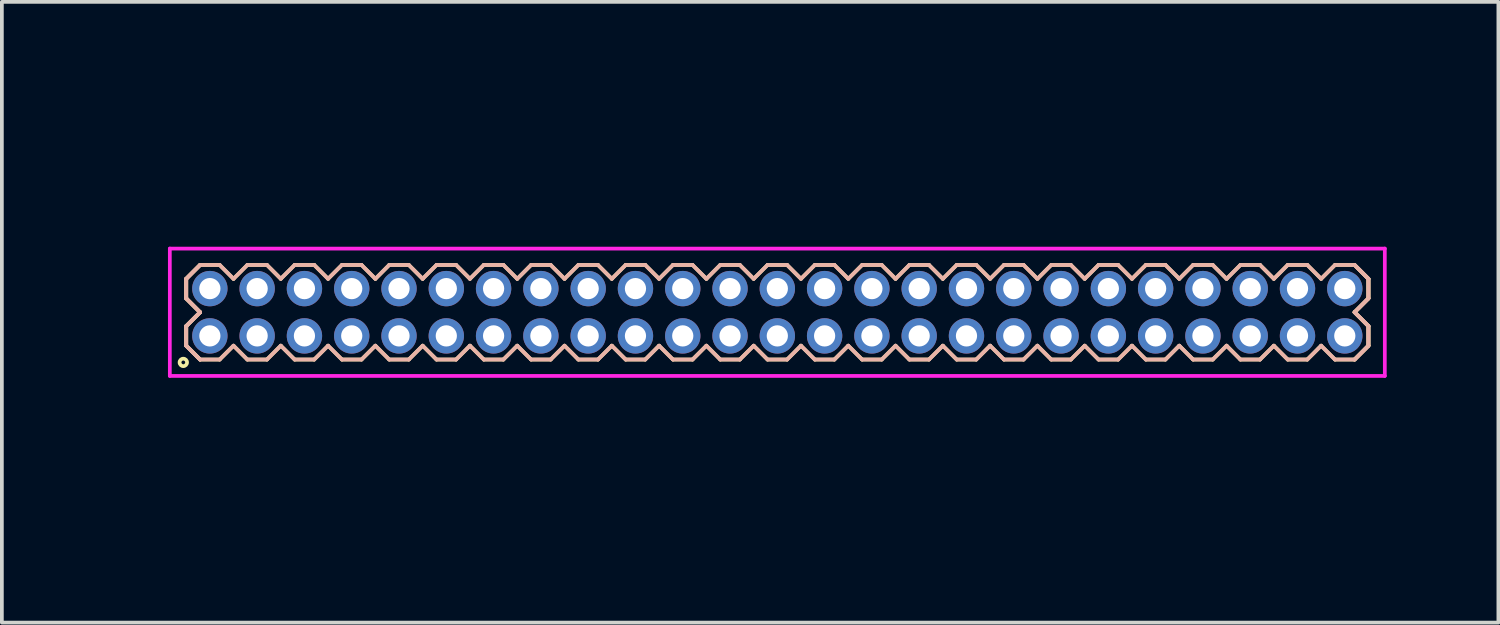
<source format=kicad_pcb>
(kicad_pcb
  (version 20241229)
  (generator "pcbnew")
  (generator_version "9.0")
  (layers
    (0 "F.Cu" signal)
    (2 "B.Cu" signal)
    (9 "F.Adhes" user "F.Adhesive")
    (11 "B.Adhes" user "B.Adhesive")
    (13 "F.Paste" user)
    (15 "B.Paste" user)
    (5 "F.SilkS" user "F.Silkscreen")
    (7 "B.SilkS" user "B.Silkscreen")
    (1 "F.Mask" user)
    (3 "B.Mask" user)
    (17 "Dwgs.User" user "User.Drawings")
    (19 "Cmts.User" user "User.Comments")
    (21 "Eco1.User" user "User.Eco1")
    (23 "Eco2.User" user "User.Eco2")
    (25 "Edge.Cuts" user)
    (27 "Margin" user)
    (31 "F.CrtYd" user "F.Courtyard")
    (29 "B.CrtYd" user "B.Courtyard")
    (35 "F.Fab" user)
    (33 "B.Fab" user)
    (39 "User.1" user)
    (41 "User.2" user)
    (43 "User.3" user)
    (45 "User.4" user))
  (footprint "HDR127P25x2"
    (layer "F.Cu")
    (at 17.826 5.336)
    (property "Reference" "HDR127P25x2" (at -17.065 0 90) (layer "User.1") (effects (font (size 1 1) (thickness 0.1))))
    (attr through_hole)
    (fp_line (start -15.875 -0.898) (end -15.503 -1.27) (stroke (width 0.1) (type solid)) (layer "F.SilkS"))
    (fp_line (start -15.875 -0.898) (end -15.503 -1.27) (stroke (width 0.1) (type solid)) (layer "F.SilkS"))
    (fp_line (start -15.875 -0.372) (end -15.875 -0.898) (stroke (width 0.1) (type solid)) (layer "F.SilkS"))
    (fp_line (start -15.875 -0.372) (end -15.875 -0.898) (stroke (width 0.1) (type solid)) (layer "F.SilkS"))
    (fp_line (start -15.875 0.372) (end -15.503 0) (stroke (width 0.1) (type solid)) (layer "F.SilkS"))
    (fp_line (start -15.875 0.372) (end -15.503 0) (stroke (width 0.1) (type solid)) (layer "F.SilkS"))
    (fp_line (start -15.875 0.898) (end -15.875 0.372) (stroke (width 0.1) (type solid)) (layer "F.SilkS"))
    (fp_line (start -15.875 0.898) (end -15.875 0.372) (stroke (width 0.1) (type solid)) (layer "F.SilkS"))
    (fp_line (start -15.503 -1.27) (end -14.977 -1.27) (stroke (width 0.1) (type solid)) (layer "F.SilkS"))
    (fp_line (start -15.503 0) (end -15.875 -0.372) (stroke (width 0.1) (type solid)) (layer "F.SilkS"))
    (fp_line (start -15.503 0) (end -15.875 -0.372) (stroke (width 0.1) (type solid)) (layer "F.SilkS"))
    (fp_line (start -15.503 1.27) (end -15.875 0.898) (stroke (width 0.1) (type solid)) (layer "F.SilkS"))
    (fp_line (start -15.503 1.27) (end -15.875 0.898) (stroke (width 0.1) (type solid)) (layer "F.SilkS"))
    (fp_line (start -14.977 -1.27) (end -14.605 -0.898) (stroke (width 0.1) (type solid)) (layer "F.SilkS"))
    (fp_line (start -14.977 1.27) (end -15.503 1.27) (stroke (width 0.1) (type solid)) (layer "F.SilkS"))
    (fp_line (start -14.605 -0.898) (end -14.233 -1.27) (stroke (width 0.1) (type solid)) (layer "F.SilkS"))
    (fp_line (start -14.605 0.898) (end -14.977 1.27) (stroke (width 0.1) (type solid)) (layer "F.SilkS"))
    (fp_line (start -14.233 -1.27) (end -13.707 -1.27) (stroke (width 0.1) (type solid)) (layer "F.SilkS"))
    (fp_line (start -14.233 1.27) (end -14.605 0.898) (stroke (width 0.1) (type solid)) (layer "F.SilkS"))
    (fp_line (start -13.707 -1.27) (end -13.335 -0.898) (stroke (width 0.1) (type solid)) (layer "F.SilkS"))
    (fp_line (start -13.707 1.27) (end -14.233 1.27) (stroke (width 0.1) (type solid)) (layer "F.SilkS"))
    (fp_line (start -13.335 -0.898) (end -12.963 -1.27) (stroke (width 0.1) (type solid)) (layer "F.SilkS"))
    (fp_line (start -13.335 0.898) (end -13.707 1.27) (stroke (width 0.1) (type solid)) (layer "F.SilkS"))
    (fp_line (start -12.963 -1.27) (end -12.437 -1.27) (stroke (width 0.1) (type solid)) (layer "F.SilkS"))
    (fp_line (start -12.963 1.27) (end -13.335 0.898) (stroke (width 0.1) (type solid)) (layer "F.SilkS"))
    (fp_line (start -12.437 -1.27) (end -12.065 -0.898) (stroke (width 0.1) (type solid)) (layer "F.SilkS"))
    (fp_line (start -12.437 1.27) (end -12.963 1.27) (stroke (width 0.1) (type solid)) (layer "F.SilkS"))
    (fp_line (start -12.065 -0.898) (end -11.693 -1.27) (stroke (width 0.1) (type solid)) (layer "F.SilkS"))
    (fp_line (start -12.065 0.898) (end -12.437 1.27) (stroke (width 0.1) (type solid)) (layer "F.SilkS"))
    (fp_line (start -11.693 -1.27) (end -11.167 -1.27) (stroke (width 0.1) (type solid)) (layer "F.SilkS"))
    (fp_line (start -11.693 1.27) (end -12.065 0.898) (stroke (width 0.1) (type solid)) (layer "F.SilkS"))
    (fp_line (start -11.167 -1.27) (end -10.795 -0.898) (stroke (width 0.1) (type solid)) (layer "F.SilkS"))
    (fp_line (start -11.167 1.27) (end -11.693 1.27) (stroke (width 0.1) (type solid)) (layer "F.SilkS"))
    (fp_line (start -10.795 -0.898) (end -10.423 -1.27) (stroke (width 0.1) (type solid)) (layer "F.SilkS"))
    (fp_line (start -10.795 0.898) (end -11.167 1.27) (stroke (width 0.1) (type solid)) (layer "F.SilkS"))
    (fp_line (start -10.423 -1.27) (end -9.897 -1.27) (stroke (width 0.1) (type solid)) (layer "F.SilkS"))
    (fp_line (start -10.423 1.27) (end -10.795 0.898) (stroke (width 0.1) (type solid)) (layer "F.SilkS"))
    (fp_line (start -9.897 -1.27) (end -9.525 -0.898) (stroke (width 0.1) (type solid)) (layer "F.SilkS"))
    (fp_line (start -9.897 1.27) (end -10.423 1.27) (stroke (width 0.1) (type solid)) (layer "F.SilkS"))
    (fp_line (start -9.525 -0.898) (end -9.153 -1.27) (stroke (width 0.1) (type solid)) (layer "F.SilkS"))
    (fp_line (start -9.525 0.898) (end -9.897 1.27) (stroke (width 0.1) (type solid)) (layer "F.SilkS"))
    (fp_line (start -9.153 -1.27) (end -8.627 -1.27) (stroke (width 0.1) (type solid)) (layer "F.SilkS"))
    (fp_line (start -9.153 1.27) (end -9.525 0.898) (stroke (width 0.1) (type solid)) (layer "F.SilkS"))
    (fp_line (start -8.627 -1.27) (end -8.255 -0.898) (stroke (width 0.1) (type solid)) (layer "F.SilkS"))
    (fp_line (start -8.627 1.27) (end -9.153 1.27) (stroke (width 0.1) (type solid)) (layer "F.SilkS"))
    (fp_line (start -8.255 -0.898) (end -7.883 -1.27) (stroke (width 0.1) (type solid)) (layer "F.SilkS"))
    (fp_line (start -8.255 0.898) (end -8.627 1.27) (stroke (width 0.1) (type solid)) (layer "F.SilkS"))
    (fp_line (start -7.883 -1.27) (end -7.357 -1.27) (stroke (width 0.1) (type solid)) (layer "F.SilkS"))
    (fp_line (start -7.883 1.27) (end -8.255 0.898) (stroke (width 0.1) (type solid)) (layer "F.SilkS"))
    (fp_line (start -7.357 -1.27) (end -6.985 -0.898) (stroke (width 0.1) (type solid)) (layer "F.SilkS"))
    (fp_line (start -7.357 1.27) (end -7.883 1.27) (stroke (width 0.1) (type solid)) (layer "F.SilkS"))
    (fp_line (start -6.985 -0.898) (end -6.613 -1.27) (stroke (width 0.1) (type solid)) (layer "F.SilkS"))
    (fp_line (start -6.985 0.898) (end -7.357 1.27) (stroke (width 0.1) (type solid)) (layer "F.SilkS"))
    (fp_line (start -6.613 -1.27) (end -6.087 -1.27) (stroke (width 0.1) (type solid)) (layer "F.SilkS"))
    (fp_line (start -6.613 1.27) (end -6.985 0.898) (stroke (width 0.1) (type solid)) (layer "F.SilkS"))
    (fp_line (start -6.087 -1.27) (end -5.715 -0.898) (stroke (width 0.1) (type solid)) (layer "F.SilkS"))
    (fp_line (start -6.087 1.27) (end -6.613 1.27) (stroke (width 0.1) (type solid)) (layer "F.SilkS"))
    (fp_line (start -5.715 -0.898) (end -5.343 -1.27) (stroke (width 0.1) (type solid)) (layer "F.SilkS"))
    (fp_line (start -5.715 0.898) (end -6.087 1.27) (stroke (width 0.1) (type solid)) (layer "F.SilkS"))
    (fp_line (start -5.343 -1.27) (end -4.817 -1.27) (stroke (width 0.1) (type solid)) (layer "F.SilkS"))
    (fp_line (start -5.343 1.27) (end -5.715 0.898) (stroke (width 0.1) (type solid)) (layer "F.SilkS"))
    (fp_line (start -4.817 -1.27) (end -4.445 -0.898) (stroke (width 0.1) (type solid)) (layer "F.SilkS"))
    (fp_line (start -4.817 1.27) (end -5.343 1.27) (stroke (width 0.1) (type solid)) (layer "F.SilkS"))
    (fp_line (start -4.445 -0.898) (end -4.073 -1.27) (stroke (width 0.1) (type solid)) (layer "F.SilkS"))
    (fp_line (start -4.445 0.898) (end -4.817 1.27) (stroke (width 0.1) (type solid)) (layer "F.SilkS"))
    (fp_line (start -4.073 -1.27) (end -3.547 -1.27) (stroke (width 0.1) (type solid)) (layer "F.SilkS"))
    (fp_line (start -4.073 1.27) (end -4.445 0.898) (stroke (width 0.1) (type solid)) (layer "F.SilkS"))
    (fp_line (start -3.547 -1.27) (end -3.175 -0.898) (stroke (width 0.1) (type solid)) (layer "F.SilkS"))
    (fp_line (start -3.547 1.27) (end -4.073 1.27) (stroke (width 0.1) (type solid)) (layer "F.SilkS"))
    (fp_line (start -3.175 -0.898) (end -2.803 -1.27) (stroke (width 0.1) (type solid)) (layer "F.SilkS"))
    (fp_line (start -3.175 0.898) (end -3.547 1.27) (stroke (width 0.1) (type solid)) (layer "F.SilkS"))
    (fp_line (start -2.803 -1.27) (end -2.277 -1.27) (stroke (width 0.1) (type solid)) (layer "F.SilkS"))
    (fp_line (start -2.803 1.27) (end -3.175 0.898) (stroke (width 0.1) (type solid)) (layer "F.SilkS"))
    (fp_line (start -2.277 -1.27) (end -1.905 -0.898) (stroke (width 0.1) (type solid)) (layer "F.SilkS"))
    (fp_line (start -2.277 1.27) (end -2.803 1.27) (stroke (width 0.1) (type solid)) (layer "F.SilkS"))
    (fp_line (start -1.905 -0.898) (end -1.533 -1.27) (stroke (width 0.1) (type solid)) (layer "F.SilkS"))
    (fp_line (start -1.905 0.898) (end -2.277 1.27) (stroke (width 0.1) (type solid)) (layer "F.SilkS"))
    (fp_line (start -1.533 -1.27) (end -1.007 -1.27) (stroke (width 0.1) (type solid)) (layer "F.SilkS"))
    (fp_line (start -1.533 1.27) (end -1.905 0.898) (stroke (width 0.1) (type solid)) (layer "F.SilkS"))
    (fp_line (start -1.007 -1.27) (end -0.635 -0.898) (stroke (width 0.1) (type solid)) (layer "F.SilkS"))
    (fp_line (start -1.007 1.27) (end -1.533 1.27) (stroke (width 0.1) (type solid)) (layer "F.SilkS"))
    (fp_line (start -0.635 -0.898) (end -0.263 -1.27) (stroke (width 0.1) (type solid)) (layer "F.SilkS"))
    (fp_line (start -0.635 0.898) (end -1.007 1.27) (stroke (width 0.1) (type solid)) (layer "F.SilkS"))
    (fp_line (start -0.263 -1.27) (end 0.263 -1.27) (stroke (width 0.1) (type solid)) (layer "F.SilkS"))
    (fp_line (start -0.263 1.27) (end -0.635 0.898) (stroke (width 0.1) (type solid)) (layer "F.SilkS"))
    (fp_line (start 0.263 -1.27) (end 0.635 -0.898) (stroke (width 0.1) (type solid)) (layer "F.SilkS"))
    (fp_line (start 0.263 1.27) (end -0.263 1.27) (stroke (width 0.1) (type solid)) (layer "F.SilkS"))
    (fp_line (start 0.635 -0.898) (end 1.007 -1.27) (stroke (width 0.1) (type solid)) (layer "F.SilkS"))
    (fp_line (start 0.635 0.898) (end 0.263 1.27) (stroke (width 0.1) (type solid)) (layer "F.SilkS"))
    (fp_line (start 1.007 -1.27) (end 1.533 -1.27) (stroke (width 0.1) (type solid)) (layer "F.SilkS"))
    (fp_line (start 1.007 1.27) (end 0.635 0.898) (stroke (width 0.1) (type solid)) (layer "F.SilkS"))
    (fp_line (start 1.533 -1.27) (end 1.905 -0.898) (stroke (width 0.1) (type solid)) (layer "F.SilkS"))
    (fp_line (start 1.533 1.27) (end 1.007 1.27) (stroke (width 0.1) (type solid)) (layer "F.SilkS"))
    (fp_line (start 1.905 -0.898) (end 2.277 -1.27) (stroke (width 0.1) (type solid)) (layer "F.SilkS"))
    (fp_line (start 1.905 0.898) (end 1.533 1.27) (stroke (width 0.1) (type solid)) (layer "F.SilkS"))
    (fp_line (start 2.277 -1.27) (end 2.803 -1.27) (stroke (width 0.1) (type solid)) (layer "F.SilkS"))
    (fp_line (start 2.277 1.27) (end 1.905 0.898) (stroke (width 0.1) (type solid)) (layer "F.SilkS"))
    (fp_line (start 2.803 -1.27) (end 3.175 -0.898) (stroke (width 0.1) (type solid)) (layer "F.SilkS"))
    (fp_line (start 2.803 1.27) (end 2.277 1.27) (stroke (width 0.1) (type solid)) (layer "F.SilkS"))
    (fp_line (start 3.175 -0.898) (end 3.547 -1.27) (stroke (width 0.1) (type solid)) (layer "F.SilkS"))
    (fp_line (start 3.175 0.898) (end 2.803 1.27) (stroke (width 0.1) (type solid)) (layer "F.SilkS"))
    (fp_line (start 3.547 -1.27) (end 4.073 -1.27) (stroke (width 0.1) (type solid)) (layer "F.SilkS"))
    (fp_line (start 3.547 1.27) (end 3.175 0.898) (stroke (width 0.1) (type solid)) (layer "F.SilkS"))
    (fp_line (start 4.073 -1.27) (end 4.445 -0.898) (stroke (width 0.1) (type solid)) (layer "F.SilkS"))
    (fp_line (start 4.073 1.27) (end 3.547 1.27) (stroke (width 0.1) (type solid)) (layer "F.SilkS"))
    (fp_line (start 4.445 -0.898) (end 4.817 -1.27) (stroke (width 0.1) (type solid)) (layer "F.SilkS"))
    (fp_line (start 4.445 0.898) (end 4.073 1.27) (stroke (width 0.1) (type solid)) (layer "F.SilkS"))
    (fp_line (start 4.817 -1.27) (end 5.343 -1.27) (stroke (width 0.1) (type solid)) (layer "F.SilkS"))
    (fp_line (start 4.817 1.27) (end 4.445 0.898) (stroke (width 0.1) (type solid)) (layer "F.SilkS"))
    (fp_line (start 5.343 -1.27) (end 5.715 -0.898) (stroke (width 0.1) (type solid)) (layer "F.SilkS"))
    (fp_line (start 5.343 1.27) (end 4.817 1.27) (stroke (width 0.1) (type solid)) (layer "F.SilkS"))
    (fp_line (start 5.715 -0.898) (end 6.087 -1.27) (stroke (width 0.1) (type solid)) (layer "F.SilkS"))
    (fp_line (start 5.715 0.898) (end 5.343 1.27) (stroke (width 0.1) (type solid)) (layer "F.SilkS"))
    (fp_line (start 6.087 -1.27) (end 6.613 -1.27) (stroke (width 0.1) (type solid)) (layer "F.SilkS"))
    (fp_line (start 6.087 1.27) (end 5.715 0.898) (stroke (width 0.1) (type solid)) (layer "F.SilkS"))
    (fp_line (start 6.613 -1.27) (end 6.985 -0.898) (stroke (width 0.1) (type solid)) (layer "F.SilkS"))
    (fp_line (start 6.613 1.27) (end 6.087 1.27) (stroke (width 0.1) (type solid)) (layer "F.SilkS"))
    (fp_line (start 6.985 -0.898) (end 7.357 -1.27) (stroke (width 0.1) (type solid)) (layer "F.SilkS"))
    (fp_line (start 6.985 0.898) (end 6.613 1.27) (stroke (width 0.1) (type solid)) (layer "F.SilkS"))
    (fp_line (start 7.357 -1.27) (end 7.883 -1.27) (stroke (width 0.1) (type solid)) (layer "F.SilkS"))
    (fp_line (start 7.357 1.27) (end 6.985 0.898) (stroke (width 0.1) (type solid)) (layer "F.SilkS"))
    (fp_line (start 7.883 -1.27) (end 8.255 -0.898) (stroke (width 0.1) (type solid)) (layer "F.SilkS"))
    (fp_line (start 7.883 1.27) (end 7.357 1.27) (stroke (width 0.1) (type solid)) (layer "F.SilkS"))
    (fp_line (start 8.255 -0.898) (end 8.627 -1.27) (stroke (width 0.1) (type solid)) (layer "F.SilkS"))
    (fp_line (start 8.255 0.898) (end 7.883 1.27) (stroke (width 0.1) (type solid)) (layer "F.SilkS"))
    (fp_line (start 8.627 -1.27) (end 9.153 -1.27) (stroke (width 0.1) (type solid)) (layer "F.SilkS"))
    (fp_line (start 8.627 1.27) (end 8.255 0.898) (stroke (width 0.1) (type solid)) (layer "F.SilkS"))
    (fp_line (start 9.153 -1.27) (end 9.525 -0.898) (stroke (width 0.1) (type solid)) (layer "F.SilkS"))
    (fp_line (start 9.153 1.27) (end 8.627 1.27) (stroke (width 0.1) (type solid)) (layer "F.SilkS"))
    (fp_line (start 9.525 -0.898) (end 9.897 -1.27) (stroke (width 0.1) (type solid)) (layer "F.SilkS"))
    (fp_line (start 9.525 0.898) (end 9.153 1.27) (stroke (width 0.1) (type solid)) (layer "F.SilkS"))
    (fp_line (start 9.897 -1.27) (end 10.423 -1.27) (stroke (width 0.1) (type solid)) (layer "F.SilkS"))
    (fp_line (start 9.897 1.27) (end 9.525 0.898) (stroke (width 0.1) (type solid)) (layer "F.SilkS"))
    (fp_line (start 10.423 -1.27) (end 10.795 -0.898) (stroke (width 0.1) (type solid)) (layer "F.SilkS"))
    (fp_line (start 10.423 1.27) (end 9.897 1.27) (stroke (width 0.1) (type solid)) (layer "F.SilkS"))
    (fp_line (start 10.795 -0.898) (end 11.167 -1.27) (stroke (width 0.1) (type solid)) (layer "F.SilkS"))
    (fp_line (start 10.795 0.898) (end 10.423 1.27) (stroke (width 0.1) (type solid)) (layer "F.SilkS"))
    (fp_line (start 11.167 -1.27) (end 11.693 -1.27) (stroke (width 0.1) (type solid)) (layer "F.SilkS"))
    (fp_line (start 11.167 1.27) (end 10.795 0.898) (stroke (width 0.1) (type solid)) (layer "F.SilkS"))
    (fp_line (start 11.693 -1.27) (end 12.065 -0.898) (stroke (width 0.1) (type solid)) (layer "F.SilkS"))
    (fp_line (start 11.693 1.27) (end 11.167 1.27) (stroke (width 0.1) (type solid)) (layer "F.SilkS"))
    (fp_line (start 12.065 -0.898) (end 12.437 -1.27) (stroke (width 0.1) (type solid)) (layer "F.SilkS"))
    (fp_line (start 12.065 0.898) (end 11.693 1.27) (stroke (width 0.1) (type solid)) (layer "F.SilkS"))
    (fp_line (start 12.437 -1.27) (end 12.963 -1.27) (stroke (width 0.1) (type solid)) (layer "F.SilkS"))
    (fp_line (start 12.437 1.27) (end 12.065 0.898) (stroke (width 0.1) (type solid)) (layer "F.SilkS"))
    (fp_line (start 12.963 -1.27) (end 13.335 -0.898) (stroke (width 0.1) (type solid)) (layer "F.SilkS"))
    (fp_line (start 12.963 1.27) (end 12.437 1.27) (stroke (width 0.1) (type solid)) (layer "F.SilkS"))
    (fp_line (start 13.335 -0.898) (end 13.707 -1.27) (stroke (width 0.1) (type solid)) (layer "F.SilkS"))
    (fp_line (start 13.335 0.898) (end 12.963 1.27) (stroke (width 0.1) (type solid)) (layer "F.SilkS"))
    (fp_line (start 13.707 -1.27) (end 14.233 -1.27) (stroke (width 0.1) (type solid)) (layer "F.SilkS"))
    (fp_line (start 13.707 1.27) (end 13.335 0.898) (stroke (width 0.1) (type solid)) (layer "F.SilkS"))
    (fp_line (start 14.233 -1.27) (end 14.605 -0.898) (stroke (width 0.1) (type solid)) (layer "F.SilkS"))
    (fp_line (start 14.233 1.27) (end 13.707 1.27) (stroke (width 0.1) (type solid)) (layer "F.SilkS"))
    (fp_line (start 14.605 -0.898) (end 14.977 -1.27) (stroke (width 0.1) (type solid)) (layer "F.SilkS"))
    (fp_line (start 14.605 0.898) (end 14.233 1.27) (stroke (width 0.1) (type solid)) (layer "F.SilkS"))
    (fp_line (start 14.977 -1.27) (end 15.503 -1.27) (stroke (width 0.1) (type solid)) (layer "F.SilkS"))
    (fp_line (start 14.977 1.27) (end 14.605 0.898) (stroke (width 0.1) (type solid)) (layer "F.SilkS"))
    (fp_line (start 15.503 -1.27) (end 15.875 -0.898) (stroke (width 0.1) (type solid)) (layer "F.SilkS"))
    (fp_line (start 15.503 -1.27) (end 15.875 -0.898) (stroke (width 0.1) (type solid)) (layer "F.SilkS"))
    (fp_line (start 15.503 0) (end 15.875 0.372) (stroke (width 0.1) (type solid)) (layer "F.SilkS"))
    (fp_line (start 15.503 0) (end 15.875 0.372) (stroke (width 0.1) (type solid)) (layer "F.SilkS"))
    (fp_line (start 15.503 1.27) (end 14.977 1.27) (stroke (width 0.1) (type solid)) (layer "F.SilkS"))
    (fp_line (start 15.875 -0.898) (end 15.875 -0.372) (stroke (width 0.1) (type solid)) (layer "F.SilkS"))
    (fp_line (start 15.875 -0.898) (end 15.875 -0.372) (stroke (width 0.1) (type solid)) (layer "F.SilkS"))
    (fp_line (start 15.875 -0.372) (end 15.503 0) (stroke (width 0.1) (type solid)) (layer "F.SilkS"))
    (fp_line (start 15.875 -0.372) (end 15.503 0) (stroke (width 0.1) (type solid)) (layer "F.SilkS"))
    (fp_line (start 15.875 0.372) (end 15.875 0.898) (stroke (width 0.1) (type solid)) (layer "F.SilkS"))
    (fp_line (start 15.875 0.372) (end 15.875 0.898) (stroke (width 0.1) (type solid)) (layer "F.SilkS"))
    (fp_line (start 15.875 0.898) (end 15.503 1.27) (stroke (width 0.1) (type solid)) (layer "F.SilkS"))
    (fp_line (start 15.875 0.898) (end 15.503 1.27) (stroke (width 0.1) (type solid)) (layer "F.SilkS"))
    (fp_circle (center -15.953 1.347) (end -15.853 1.347) (stroke (width 0.1) (type solid)) (fill no) (layer "F.SilkS"))
    (fp_line (start -15.875 -0.898) (end -15.503 -1.27) (stroke (width 0.1) (type solid)) (layer "B.SilkS"))
    (fp_line (start -15.875 -0.898) (end -15.503 -1.27) (stroke (width 0.1) (type solid)) (layer "B.SilkS"))
    (fp_line (start -15.875 -0.372) (end -15.875 -0.898) (stroke (width 0.1) (type solid)) (layer "B.SilkS"))
    (fp_line (start -15.875 -0.372) (end -15.875 -0.898) (stroke (width 0.1) (type solid)) (layer "B.SilkS"))
    (fp_line (start -15.875 0.372) (end -15.503 0) (stroke (width 0.1) (type solid)) (layer "B.SilkS"))
    (fp_line (start -15.875 0.372) (end -15.503 0) (stroke (width 0.1) (type solid)) (layer "B.SilkS"))
    (fp_line (start -15.875 0.898) (end -15.875 0.372) (stroke (width 0.1) (type solid)) (layer "B.SilkS"))
    (fp_line (start -15.875 0.898) (end -15.875 0.372) (stroke (width 0.1) (type solid)) (layer "B.SilkS"))
    (fp_line (start -15.503 -1.27) (end -14.977 -1.27) (stroke (width 0.1) (type solid)) (layer "B.SilkS"))
    (fp_line (start -15.503 0) (end -15.875 -0.372) (stroke (width 0.1) (type solid)) (layer "B.SilkS"))
    (fp_line (start -15.503 0) (end -15.875 -0.372) (stroke (width 0.1) (type solid)) (layer "B.SilkS"))
    (fp_line (start -15.503 1.27) (end -15.875 0.898) (stroke (width 0.1) (type solid)) (layer "B.SilkS"))
    (fp_line (start -15.503 1.27) (end -15.875 0.898) (stroke (width 0.1) (type solid)) (layer "B.SilkS"))
    (fp_line (start -14.977 -1.27) (end -14.605 -0.898) (stroke (width 0.1) (type solid)) (layer "B.SilkS"))
    (fp_line (start -14.977 1.27) (end -15.503 1.27) (stroke (width 0.1) (type solid)) (layer "B.SilkS"))
    (fp_line (start -14.605 -0.898) (end -14.233 -1.27) (stroke (width 0.1) (type solid)) (layer "B.SilkS"))
    (fp_line (start -14.605 0.898) (end -14.977 1.27) (stroke (width 0.1) (type solid)) (layer "B.SilkS"))
    (fp_line (start -14.233 -1.27) (end -13.707 -1.27) (stroke (width 0.1) (type solid)) (layer "B.SilkS"))
    (fp_line (start -14.233 1.27) (end -14.605 0.898) (stroke (width 0.1) (type solid)) (layer "B.SilkS"))
    (fp_line (start -13.707 -1.27) (end -13.335 -0.898) (stroke (width 0.1) (type solid)) (layer "B.SilkS"))
    (fp_line (start -13.707 1.27) (end -14.233 1.27) (stroke (width 0.1) (type solid)) (layer "B.SilkS"))
    (fp_line (start -13.335 -0.898) (end -12.963 -1.27) (stroke (width 0.1) (type solid)) (layer "B.SilkS"))
    (fp_line (start -13.335 0.898) (end -13.707 1.27) (stroke (width 0.1) (type solid)) (layer "B.SilkS"))
    (fp_line (start -12.963 -1.27) (end -12.437 -1.27) (stroke (width 0.1) (type solid)) (layer "B.SilkS"))
    (fp_line (start -12.963 1.27) (end -13.335 0.898) (stroke (width 0.1) (type solid)) (layer "B.SilkS"))
    (fp_line (start -12.437 -1.27) (end -12.065 -0.898) (stroke (width 0.1) (type solid)) (layer "B.SilkS"))
    (fp_line (start -12.437 1.27) (end -12.963 1.27) (stroke (width 0.1) (type solid)) (layer "B.SilkS"))
    (fp_line (start -12.065 -0.898) (end -11.693 -1.27) (stroke (width 0.1) (type solid)) (layer "B.SilkS"))
    (fp_line (start -12.065 0.898) (end -12.437 1.27) (stroke (width 0.1) (type solid)) (layer "B.SilkS"))
    (fp_line (start -11.693 -1.27) (end -11.167 -1.27) (stroke (width 0.1) (type solid)) (layer "B.SilkS"))
    (fp_line (start -11.693 1.27) (end -12.065 0.898) (stroke (width 0.1) (type solid)) (layer "B.SilkS"))
    (fp_line (start -11.167 -1.27) (end -10.795 -0.898) (stroke (width 0.1) (type solid)) (layer "B.SilkS"))
    (fp_line (start -11.167 1.27) (end -11.693 1.27) (stroke (width 0.1) (type solid)) (layer "B.SilkS"))
    (fp_line (start -10.795 -0.898) (end -10.423 -1.27) (stroke (width 0.1) (type solid)) (layer "B.SilkS"))
    (fp_line (start -10.795 0.898) (end -11.167 1.27) (stroke (width 0.1) (type solid)) (layer "B.SilkS"))
    (fp_line (start -10.423 -1.27) (end -9.897 -1.27) (stroke (width 0.1) (type solid)) (layer "B.SilkS"))
    (fp_line (start -10.423 1.27) (end -10.795 0.898) (stroke (width 0.1) (type solid)) (layer "B.SilkS"))
    (fp_line (start -9.897 -1.27) (end -9.525 -0.898) (stroke (width 0.1) (type solid)) (layer "B.SilkS"))
    (fp_line (start -9.897 1.27) (end -10.423 1.27) (stroke (width 0.1) (type solid)) (layer "B.SilkS"))
    (fp_line (start -9.525 -0.898) (end -9.153 -1.27) (stroke (width 0.1) (type solid)) (layer "B.SilkS"))
    (fp_line (start -9.525 0.898) (end -9.897 1.27) (stroke (width 0.1) (type solid)) (layer "B.SilkS"))
    (fp_line (start -9.153 -1.27) (end -8.627 -1.27) (stroke (width 0.1) (type solid)) (layer "B.SilkS"))
    (fp_line (start -9.153 1.27) (end -9.525 0.898) (stroke (width 0.1) (type solid)) (layer "B.SilkS"))
    (fp_line (start -8.627 -1.27) (end -8.255 -0.898) (stroke (width 0.1) (type solid)) (layer "B.SilkS"))
    (fp_line (start -8.627 1.27) (end -9.153 1.27) (stroke (width 0.1) (type solid)) (layer "B.SilkS"))
    (fp_line (start -8.255 -0.898) (end -7.883 -1.27) (stroke (width 0.1) (type solid)) (layer "B.SilkS"))
    (fp_line (start -8.255 0.898) (end -8.627 1.27) (stroke (width 0.1) (type solid)) (layer "B.SilkS"))
    (fp_line (start -7.883 -1.27) (end -7.357 -1.27) (stroke (width 0.1) (type solid)) (layer "B.SilkS"))
    (fp_line (start -7.883 1.27) (end -8.255 0.898) (stroke (width 0.1) (type solid)) (layer "B.SilkS"))
    (fp_line (start -7.357 -1.27) (end -6.985 -0.898) (stroke (width 0.1) (type solid)) (layer "B.SilkS"))
    (fp_line (start -7.357 1.27) (end -7.883 1.27) (stroke (width 0.1) (type solid)) (layer "B.SilkS"))
    (fp_line (start -6.985 -0.898) (end -6.613 -1.27) (stroke (width 0.1) (type solid)) (layer "B.SilkS"))
    (fp_line (start -6.985 0.898) (end -7.357 1.27) (stroke (width 0.1) (type solid)) (layer "B.SilkS"))
    (fp_line (start -6.613 -1.27) (end -6.087 -1.27) (stroke (width 0.1) (type solid)) (layer "B.SilkS"))
    (fp_line (start -6.613 1.27) (end -6.985 0.898) (stroke (width 0.1) (type solid)) (layer "B.SilkS"))
    (fp_line (start -6.087 -1.27) (end -5.715 -0.898) (stroke (width 0.1) (type solid)) (layer "B.SilkS"))
    (fp_line (start -6.087 1.27) (end -6.613 1.27) (stroke (width 0.1) (type solid)) (layer "B.SilkS"))
    (fp_line (start -5.715 -0.898) (end -5.343 -1.27) (stroke (width 0.1) (type solid)) (layer "B.SilkS"))
    (fp_line (start -5.715 0.898) (end -6.087 1.27) (stroke (width 0.1) (type solid)) (layer "B.SilkS"))
    (fp_line (start -5.343 -1.27) (end -4.817 -1.27) (stroke (width 0.1) (type solid)) (layer "B.SilkS"))
    (fp_line (start -5.343 1.27) (end -5.715 0.898) (stroke (width 0.1) (type solid)) (layer "B.SilkS"))
    (fp_line (start -4.817 -1.27) (end -4.445 -0.898) (stroke (width 0.1) (type solid)) (layer "B.SilkS"))
    (fp_line (start -4.817 1.27) (end -5.343 1.27) (stroke (width 0.1) (type solid)) (layer "B.SilkS"))
    (fp_line (start -4.445 -0.898) (end -4.073 -1.27) (stroke (width 0.1) (type solid)) (layer "B.SilkS"))
    (fp_line (start -4.445 0.898) (end -4.817 1.27) (stroke (width 0.1) (type solid)) (layer "B.SilkS"))
    (fp_line (start -4.073 -1.27) (end -3.547 -1.27) (stroke (width 0.1) (type solid)) (layer "B.SilkS"))
    (fp_line (start -4.073 1.27) (end -4.445 0.898) (stroke (width 0.1) (type solid)) (layer "B.SilkS"))
    (fp_line (start -3.547 -1.27) (end -3.175 -0.898) (stroke (width 0.1) (type solid)) (layer "B.SilkS"))
    (fp_line (start -3.547 1.27) (end -4.073 1.27) (stroke (width 0.1) (type solid)) (layer "B.SilkS"))
    (fp_line (start -3.175 -0.898) (end -2.803 -1.27) (stroke (width 0.1) (type solid)) (layer "B.SilkS"))
    (fp_line (start -3.175 0.898) (end -3.547 1.27) (stroke (width 0.1) (type solid)) (layer "B.SilkS"))
    (fp_line (start -2.803 -1.27) (end -2.277 -1.27) (stroke (width 0.1) (type solid)) (layer "B.SilkS"))
    (fp_line (start -2.803 1.27) (end -3.175 0.898) (stroke (width 0.1) (type solid)) (layer "B.SilkS"))
    (fp_line (start -2.277 -1.27) (end -1.905 -0.898) (stroke (width 0.1) (type solid)) (layer "B.SilkS"))
    (fp_line (start -2.277 1.27) (end -2.803 1.27) (stroke (width 0.1) (type solid)) (layer "B.SilkS"))
    (fp_line (start -1.905 -0.898) (end -1.533 -1.27) (stroke (width 0.1) (type solid)) (layer "B.SilkS"))
    (fp_line (start -1.905 0.898) (end -2.277 1.27) (stroke (width 0.1) (type solid)) (layer "B.SilkS"))
    (fp_line (start -1.533 -1.27) (end -1.007 -1.27) (stroke (width 0.1) (type solid)) (layer "B.SilkS"))
    (fp_line (start -1.533 1.27) (end -1.905 0.898) (stroke (width 0.1) (type solid)) (layer "B.SilkS"))
    (fp_line (start -1.007 -1.27) (end -0.635 -0.898) (stroke (width 0.1) (type solid)) (layer "B.SilkS"))
    (fp_line (start -1.007 1.27) (end -1.533 1.27) (stroke (width 0.1) (type solid)) (layer "B.SilkS"))
    (fp_line (start -0.635 -0.898) (end -0.263 -1.27) (stroke (width 0.1) (type solid)) (layer "B.SilkS"))
    (fp_line (start -0.635 0.898) (end -1.007 1.27) (stroke (width 0.1) (type solid)) (layer "B.SilkS"))
    (fp_line (start -0.263 -1.27) (end 0.263 -1.27) (stroke (width 0.1) (type solid)) (layer "B.SilkS"))
    (fp_line (start -0.263 1.27) (end -0.635 0.898) (stroke (width 0.1) (type solid)) (layer "B.SilkS"))
    (fp_line (start 0.263 -1.27) (end 0.635 -0.898) (stroke (width 0.1) (type solid)) (layer "B.SilkS"))
    (fp_line (start 0.263 1.27) (end -0.263 1.27) (stroke (width 0.1) (type solid)) (layer "B.SilkS"))
    (fp_line (start 0.635 -0.898) (end 1.007 -1.27) (stroke (width 0.1) (type solid)) (layer "B.SilkS"))
    (fp_line (start 0.635 0.898) (end 0.263 1.27) (stroke (width 0.1) (type solid)) (layer "B.SilkS"))
    (fp_line (start 1.007 -1.27) (end 1.533 -1.27) (stroke (width 0.1) (type solid)) (layer "B.SilkS"))
    (fp_line (start 1.007 1.27) (end 0.635 0.898) (stroke (width 0.1) (type solid)) (layer "B.SilkS"))
    (fp_line (start 1.533 -1.27) (end 1.905 -0.898) (stroke (width 0.1) (type solid)) (layer "B.SilkS"))
    (fp_line (start 1.533 1.27) (end 1.007 1.27) (stroke (width 0.1) (type solid)) (layer "B.SilkS"))
    (fp_line (start 1.905 -0.898) (end 2.277 -1.27) (stroke (width 0.1) (type solid)) (layer "B.SilkS"))
    (fp_line (start 1.905 0.898) (end 1.533 1.27) (stroke (width 0.1) (type solid)) (layer "B.SilkS"))
    (fp_line (start 2.277 -1.27) (end 2.803 -1.27) (stroke (width 0.1) (type solid)) (layer "B.SilkS"))
    (fp_line (start 2.277 1.27) (end 1.905 0.898) (stroke (width 0.1) (type solid)) (layer "B.SilkS"))
    (fp_line (start 2.803 -1.27) (end 3.175 -0.898) (stroke (width 0.1) (type solid)) (layer "B.SilkS"))
    (fp_line (start 2.803 1.27) (end 2.277 1.27) (stroke (width 0.1) (type solid)) (layer "B.SilkS"))
    (fp_line (start 3.175 -0.898) (end 3.547 -1.27) (stroke (width 0.1) (type solid)) (layer "B.SilkS"))
    (fp_line (start 3.175 0.898) (end 2.803 1.27) (stroke (width 0.1) (type solid)) (layer "B.SilkS"))
    (fp_line (start 3.547 -1.27) (end 4.073 -1.27) (stroke (width 0.1) (type solid)) (layer "B.SilkS"))
    (fp_line (start 3.547 1.27) (end 3.175 0.898) (stroke (width 0.1) (type solid)) (layer "B.SilkS"))
    (fp_line (start 4.073 -1.27) (end 4.445 -0.898) (stroke (width 0.1) (type solid)) (layer "B.SilkS"))
    (fp_line (start 4.073 1.27) (end 3.547 1.27) (stroke (width 0.1) (type solid)) (layer "B.SilkS"))
    (fp_line (start 4.445 -0.898) (end 4.817 -1.27) (stroke (width 0.1) (type solid)) (layer "B.SilkS"))
    (fp_line (start 4.445 0.898) (end 4.073 1.27) (stroke (width 0.1) (type solid)) (layer "B.SilkS"))
    (fp_line (start 4.817 -1.27) (end 5.343 -1.27) (stroke (width 0.1) (type solid)) (layer "B.SilkS"))
    (fp_line (start 4.817 1.27) (end 4.445 0.898) (stroke (width 0.1) (type solid)) (layer "B.SilkS"))
    (fp_line (start 5.343 -1.27) (end 5.715 -0.898) (stroke (width 0.1) (type solid)) (layer "B.SilkS"))
    (fp_line (start 5.343 1.27) (end 4.817 1.27) (stroke (width 0.1) (type solid)) (layer "B.SilkS"))
    (fp_line (start 5.715 -0.898) (end 6.087 -1.27) (stroke (width 0.1) (type solid)) (layer "B.SilkS"))
    (fp_line (start 5.715 0.898) (end 5.343 1.27) (stroke (width 0.1) (type solid)) (layer "B.SilkS"))
    (fp_line (start 6.087 -1.27) (end 6.613 -1.27) (stroke (width 0.1) (type solid)) (layer "B.SilkS"))
    (fp_line (start 6.087 1.27) (end 5.715 0.898) (stroke (width 0.1) (type solid)) (layer "B.SilkS"))
    (fp_line (start 6.613 -1.27) (end 6.985 -0.898) (stroke (width 0.1) (type solid)) (layer "B.SilkS"))
    (fp_line (start 6.613 1.27) (end 6.087 1.27) (stroke (width 0.1) (type solid)) (layer "B.SilkS"))
    (fp_line (start 6.985 -0.898) (end 7.357 -1.27) (stroke (width 0.1) (type solid)) (layer "B.SilkS"))
    (fp_line (start 6.985 0.898) (end 6.613 1.27) (stroke (width 0.1) (type solid)) (layer "B.SilkS"))
    (fp_line (start 7.357 -1.27) (end 7.883 -1.27) (stroke (width 0.1) (type solid)) (layer "B.SilkS"))
    (fp_line (start 7.357 1.27) (end 6.985 0.898) (stroke (width 0.1) (type solid)) (layer "B.SilkS"))
    (fp_line (start 7.883 -1.27) (end 8.255 -0.898) (stroke (width 0.1) (type solid)) (layer "B.SilkS"))
    (fp_line (start 7.883 1.27) (end 7.357 1.27) (stroke (width 0.1) (type solid)) (layer "B.SilkS"))
    (fp_line (start 8.255 -0.898) (end 8.627 -1.27) (stroke (width 0.1) (type solid)) (layer "B.SilkS"))
    (fp_line (start 8.255 0.898) (end 7.883 1.27) (stroke (width 0.1) (type solid)) (layer "B.SilkS"))
    (fp_line (start 8.627 -1.27) (end 9.153 -1.27) (stroke (width 0.1) (type solid)) (layer "B.SilkS"))
    (fp_line (start 8.627 1.27) (end 8.255 0.898) (stroke (width 0.1) (type solid)) (layer "B.SilkS"))
    (fp_line (start 9.153 -1.27) (end 9.525 -0.898) (stroke (width 0.1) (type solid)) (layer "B.SilkS"))
    (fp_line (start 9.153 1.27) (end 8.627 1.27) (stroke (width 0.1) (type solid)) (layer "B.SilkS"))
    (fp_line (start 9.525 -0.898) (end 9.897 -1.27) (stroke (width 0.1) (type solid)) (layer "B.SilkS"))
    (fp_line (start 9.525 0.898) (end 9.153 1.27) (stroke (width 0.1) (type solid)) (layer "B.SilkS"))
    (fp_line (start 9.897 -1.27) (end 10.423 -1.27) (stroke (width 0.1) (type solid)) (layer "B.SilkS"))
    (fp_line (start 9.897 1.27) (end 9.525 0.898) (stroke (width 0.1) (type solid)) (layer "B.SilkS"))
    (fp_line (start 10.423 -1.27) (end 10.795 -0.898) (stroke (width 0.1) (type solid)) (layer "B.SilkS"))
    (fp_line (start 10.423 1.27) (end 9.897 1.27) (stroke (width 0.1) (type solid)) (layer "B.SilkS"))
    (fp_line (start 10.795 -0.898) (end 11.167 -1.27) (stroke (width 0.1) (type solid)) (layer "B.SilkS"))
    (fp_line (start 10.795 0.898) (end 10.423 1.27) (stroke (width 0.1) (type solid)) (layer "B.SilkS"))
    (fp_line (start 11.167 -1.27) (end 11.693 -1.27) (stroke (width 0.1) (type solid)) (layer "B.SilkS"))
    (fp_line (start 11.167 1.27) (end 10.795 0.898) (stroke (width 0.1) (type solid)) (layer "B.SilkS"))
    (fp_line (start 11.693 -1.27) (end 12.065 -0.898) (stroke (width 0.1) (type solid)) (layer "B.SilkS"))
    (fp_line (start 11.693 1.27) (end 11.167 1.27) (stroke (width 0.1) (type solid)) (layer "B.SilkS"))
    (fp_line (start 12.065 -0.898) (end 12.437 -1.27) (stroke (width 0.1) (type solid)) (layer "B.SilkS"))
    (fp_line (start 12.065 0.898) (end 11.693 1.27) (stroke (width 0.1) (type solid)) (layer "B.SilkS"))
    (fp_line (start 12.437 -1.27) (end 12.963 -1.27) (stroke (width 0.1) (type solid)) (layer "B.SilkS"))
    (fp_line (start 12.437 1.27) (end 12.065 0.898) (stroke (width 0.1) (type solid)) (layer "B.SilkS"))
    (fp_line (start 12.963 -1.27) (end 13.335 -0.898) (stroke (width 0.1) (type solid)) (layer "B.SilkS"))
    (fp_line (start 12.963 1.27) (end 12.437 1.27) (stroke (width 0.1) (type solid)) (layer "B.SilkS"))
    (fp_line (start 13.335 -0.898) (end 13.707 -1.27) (stroke (width 0.1) (type solid)) (layer "B.SilkS"))
    (fp_line (start 13.335 0.898) (end 12.963 1.27) (stroke (width 0.1) (type solid)) (layer "B.SilkS"))
    (fp_line (start 13.707 -1.27) (end 14.233 -1.27) (stroke (width 0.1) (type solid)) (layer "B.SilkS"))
    (fp_line (start 13.707 1.27) (end 13.335 0.898) (stroke (width 0.1) (type solid)) (layer "B.SilkS"))
    (fp_line (start 14.233 -1.27) (end 14.605 -0.898) (stroke (width 0.1) (type solid)) (layer "B.SilkS"))
    (fp_line (start 14.233 1.27) (end 13.707 1.27) (stroke (width 0.1) (type solid)) (layer "B.SilkS"))
    (fp_line (start 14.605 -0.898) (end 14.977 -1.27) (stroke (width 0.1) (type solid)) (layer "B.SilkS"))
    (fp_line (start 14.605 0.898) (end 14.233 1.27) (stroke (width 0.1) (type solid)) (layer "B.SilkS"))
    (fp_line (start 14.977 -1.27) (end 15.503 -1.27) (stroke (width 0.1) (type solid)) (layer "B.SilkS"))
    (fp_line (start 14.977 1.27) (end 14.605 0.898) (stroke (width 0.1) (type solid)) (layer "B.SilkS"))
    (fp_line (start 15.503 -1.27) (end 15.875 -0.898) (stroke (width 0.1) (type solid)) (layer "B.SilkS"))
    (fp_line (start 15.503 -1.27) (end 15.875 -0.898) (stroke (width 0.1) (type solid)) (layer "B.SilkS"))
    (fp_line (start 15.503 0) (end 15.875 0.372) (stroke (width 0.1) (type solid)) (layer "B.SilkS"))
    (fp_line (start 15.503 0) (end 15.875 0.372) (stroke (width 0.1) (type solid)) (layer "B.SilkS"))
    (fp_line (start 15.503 1.27) (end 14.977 1.27) (stroke (width 0.1) (type solid)) (layer "B.SilkS"))
    (fp_line (start 15.875 -0.898) (end 15.875 -0.372) (stroke (width 0.1) (type solid)) (layer "B.SilkS"))
    (fp_line (start 15.875 -0.898) (end 15.875 -0.372) (stroke (width 0.1) (type solid)) (layer "B.SilkS"))
    (fp_line (start 15.875 -0.372) (end 15.503 0) (stroke (width 0.1) (type solid)) (layer "B.SilkS"))
    (fp_line (start 15.875 -0.372) (end 15.503 0) (stroke (width 0.1) (type solid)) (layer "B.SilkS"))
    (fp_line (start 15.875 0.372) (end 15.875 0.898) (stroke (width 0.1) (type solid)) (layer "B.SilkS"))
    (fp_line (start 15.875 0.372) (end 15.875 0.898) (stroke (width 0.1) (type solid)) (layer "B.SilkS"))
    (fp_line (start 15.875 0.898) (end 15.503 1.27) (stroke (width 0.1) (type solid)) (layer "B.SilkS"))
    (fp_line (start 15.875 0.898) (end 15.503 1.27) (stroke (width 0.1) (type solid)) (layer "B.SilkS"))
    (fp_line (start -16.315 -1.71) (end -16.315 1.71) (stroke (width 0.1) (type solid)) (layer "F.CrtYd"))
    (fp_line (start -16.315 1.71) (end 16.315 1.71) (stroke (width 0.1) (type solid)) (layer "F.CrtYd"))
    (fp_line (start 16.315 -1.71) (end -16.315 -1.71) (stroke (width 0.1) (type solid)) (layer "F.CrtYd"))
    (fp_line (start 16.315 1.71) (end 16.315 -1.71) (stroke (width 0.1) (type solid)) (layer "F.CrtYd"))
    (pad "1" thru_hole oval (at -15.24 0.635) (size 0.95 0.95) (drill 0.57) (layers "*.Cu" "*.Mask"))
    (pad "2" thru_hole oval (at -15.24 -0.635) (size 0.95 0.95) (drill 0.57) (layers "*.Cu" "*.Mask"))
    (pad "3" thru_hole oval (at -13.97 0.635) (size 0.95 0.95) (drill 0.57) (layers "*.Cu" "*.Mask"))
    (pad "4" thru_hole oval (at -13.97 -0.635) (size 0.95 0.95) (drill 0.57) (layers "*.Cu" "*.Mask"))
    (pad "5" thru_hole oval (at -12.7 0.635) (size 0.95 0.95) (drill 0.57) (layers "*.Cu" "*.Mask"))
    (pad "6" thru_hole oval (at -12.7 -0.635) (size 0.95 0.95) (drill 0.57) (layers "*.Cu" "*.Mask"))
    (pad "7" thru_hole oval (at -11.43 0.635) (size 0.95 0.95) (drill 0.57) (layers "*.Cu" "*.Mask"))
    (pad "8" thru_hole oval (at -11.43 -0.635) (size 0.95 0.95) (drill 0.57) (layers "*.Cu" "*.Mask"))
    (pad "9" thru_hole oval (at -10.16 0.635) (size 0.95 0.95) (drill 0.57) (layers "*.Cu" "*.Mask"))
    (pad "10" thru_hole oval (at -10.16 -0.635) (size 0.95 0.95) (drill 0.57) (layers "*.Cu" "*.Mask"))
    (pad "11" thru_hole oval (at -8.89 0.635) (size 0.95 0.95) (drill 0.57) (layers "*.Cu" "*.Mask"))
    (pad "12" thru_hole oval (at -8.89 -0.635) (size 0.95 0.95) (drill 0.57) (layers "*.Cu" "*.Mask"))
    (pad "13" thru_hole oval (at -7.62 0.635) (size 0.95 0.95) (drill 0.57) (layers "*.Cu" "*.Mask"))
    (pad "14" thru_hole oval (at -7.62 -0.635) (size 0.95 0.95) (drill 0.57) (layers "*.Cu" "*.Mask"))
    (pad "15" thru_hole oval (at -6.35 0.635) (size 0.95 0.95) (drill 0.57) (layers "*.Cu" "*.Mask"))
    (pad "16" thru_hole oval (at -6.35 -0.635) (size 0.95 0.95) (drill 0.57) (layers "*.Cu" "*.Mask"))
    (pad "17" thru_hole oval (at -5.08 0.635) (size 0.95 0.95) (drill 0.57) (layers "*.Cu" "*.Mask"))
    (pad "18" thru_hole oval (at -5.08 -0.635) (size 0.95 0.95) (drill 0.57) (layers "*.Cu" "*.Mask"))
    (pad "19" thru_hole oval (at -3.81 0.635) (size 0.95 0.95) (drill 0.57) (layers "*.Cu" "*.Mask"))
    (pad "20" thru_hole oval (at -3.81 -0.635) (size 0.95 0.95) (drill 0.57) (layers "*.Cu" "*.Mask"))
    (pad "21" thru_hole oval (at -2.54 0.635) (size 0.95 0.95) (drill 0.57) (layers "*.Cu" "*.Mask"))
    (pad "22" thru_hole oval (at -2.54 -0.635) (size 0.95 0.95) (drill 0.57) (layers "*.Cu" "*.Mask"))
    (pad "23" thru_hole oval (at -1.27 0.635) (size 0.95 0.95) (drill 0.57) (layers "*.Cu" "*.Mask"))
    (pad "24" thru_hole oval (at -1.27 -0.635) (size 0.95 0.95) (drill 0.57) (layers "*.Cu" "*.Mask"))
    (pad "25" thru_hole oval (at 0 0.635) (size 0.95 0.95) (drill 0.57) (layers "*.Cu" "*.Mask"))
    (pad "26" thru_hole oval (at 0 -0.635) (size 0.95 0.95) (drill 0.57) (layers "*.Cu" "*.Mask"))
    (pad "27" thru_hole oval (at 1.27 0.635) (size 0.95 0.95) (drill 0.57) (layers "*.Cu" "*.Mask"))
    (pad "28" thru_hole oval (at 1.27 -0.635) (size 0.95 0.95) (drill 0.57) (layers "*.Cu" "*.Mask"))
    (pad "29" thru_hole oval (at 2.54 0.635) (size 0.95 0.95) (drill 0.57) (layers "*.Cu" "*.Mask"))
    (pad "30" thru_hole oval (at 2.54 -0.635) (size 0.95 0.95) (drill 0.57) (layers "*.Cu" "*.Mask"))
    (pad "31" thru_hole oval (at 3.81 0.635) (size 0.95 0.95) (drill 0.57) (layers "*.Cu" "*.Mask"))
    (pad "32" thru_hole oval (at 3.81 -0.635) (size 0.95 0.95) (drill 0.57) (layers "*.Cu" "*.Mask"))
    (pad "33" thru_hole oval (at 5.08 0.635) (size 0.95 0.95) (drill 0.57) (layers "*.Cu" "*.Mask"))
    (pad "34" thru_hole oval (at 5.08 -0.635) (size 0.95 0.95) (drill 0.57) (layers "*.Cu" "*.Mask"))
    (pad "35" thru_hole oval (at 6.35 0.635) (size 0.95 0.95) (drill 0.57) (layers "*.Cu" "*.Mask"))
    (pad "36" thru_hole oval (at 6.35 -0.635) (size 0.95 0.95) (drill 0.57) (layers "*.Cu" "*.Mask"))
    (pad "37" thru_hole oval (at 7.62 0.635) (size 0.95 0.95) (drill 0.57) (layers "*.Cu" "*.Mask"))
    (pad "38" thru_hole oval (at 7.62 -0.635) (size 0.95 0.95) (drill 0.57) (layers "*.Cu" "*.Mask"))
    (pad "39" thru_hole oval (at 8.89 0.635) (size 0.95 0.95) (drill 0.57) (layers "*.Cu" "*.Mask"))
    (pad "40" thru_hole oval (at 8.89 -0.635) (size 0.95 0.95) (drill 0.57) (layers "*.Cu" "*.Mask"))
    (pad "41" thru_hole oval (at 10.16 0.635) (size 0.95 0.95) (drill 0.57) (layers "*.Cu" "*.Mask"))
    (pad "42" thru_hole oval (at 10.16 -0.635) (size 0.95 0.95) (drill 0.57) (layers "*.Cu" "*.Mask"))
    (pad "43" thru_hole oval (at 11.43 0.635) (size 0.95 0.95) (drill 0.57) (layers "*.Cu" "*.Mask"))
    (pad "44" thru_hole oval (at 11.43 -0.635) (size 0.95 0.95) (drill 0.57) (layers "*.Cu" "*.Mask"))
    (pad "45" thru_hole oval (at 12.7 0.635) (size 0.95 0.95) (drill 0.57) (layers "*.Cu" "*.Mask"))
    (pad "46" thru_hole oval (at 12.7 -0.635) (size 0.95 0.95) (drill 0.57) (layers "*.Cu" "*.Mask"))
    (pad "47" thru_hole oval (at 13.97 0.635) (size 0.95 0.95) (drill 0.57) (layers "*.Cu" "*.Mask"))
    (pad "48" thru_hole oval (at 13.97 -0.635) (size 0.95 0.95) (drill 0.57) (layers "*.Cu" "*.Mask"))
    (pad "49" thru_hole oval (at 15.24 0.635) (size 0.95 0.95) (drill 0.57) (layers "*.Cu" "*.Mask"))
    (pad "50" thru_hole oval (at 15.24 -0.635) (size 0.95 0.95) (drill 0.57) (layers "*.Cu" "*.Mask")))
  (gr_rect
    (start -3 -3)
    (end 37.191 13.671)
    (stroke (width 0.1) (type default))
    (fill no)
    (layer "Edge.Cuts")))
</source>
